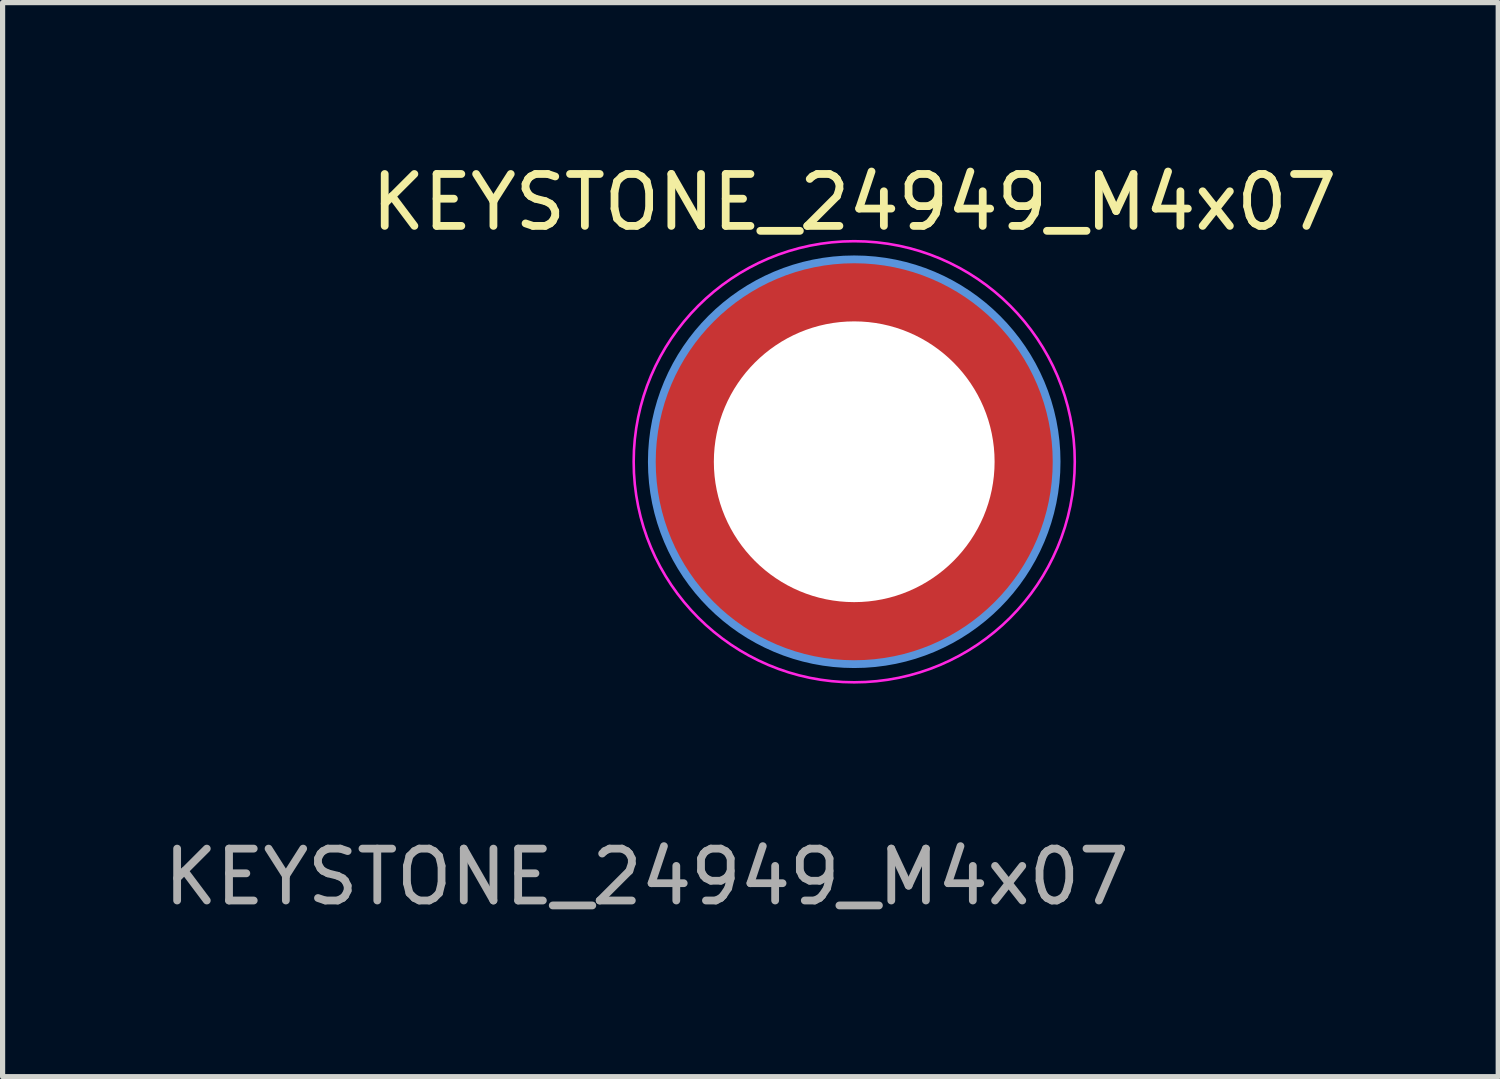
<source format=kicad_pcb>
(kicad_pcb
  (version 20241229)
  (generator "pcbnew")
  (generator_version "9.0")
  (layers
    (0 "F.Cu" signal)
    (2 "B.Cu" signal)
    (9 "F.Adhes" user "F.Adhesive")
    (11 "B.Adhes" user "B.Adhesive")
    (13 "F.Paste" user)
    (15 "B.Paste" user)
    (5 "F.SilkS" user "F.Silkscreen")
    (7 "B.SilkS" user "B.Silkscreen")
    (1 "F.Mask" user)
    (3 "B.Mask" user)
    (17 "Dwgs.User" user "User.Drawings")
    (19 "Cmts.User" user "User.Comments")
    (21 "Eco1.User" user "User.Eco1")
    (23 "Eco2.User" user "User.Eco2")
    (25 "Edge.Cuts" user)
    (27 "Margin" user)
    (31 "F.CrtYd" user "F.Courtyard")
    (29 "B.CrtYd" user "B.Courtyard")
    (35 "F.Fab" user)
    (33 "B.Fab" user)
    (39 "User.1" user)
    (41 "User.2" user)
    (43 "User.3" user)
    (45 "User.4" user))
  (footprint "KEYSTONE_24949_M4x07"
    (layer "F.Cu")
    (at 13.411 5.848)
    (property "Reference" "KEYSTONE_24949_M4x07" (at 0 -5 0) (layer "F.SilkS") (effects (font (size 1 1) (thickness 0.15))))
    (attr exclude_from_pos_files exclude_from_bom)
    (fp_circle (center 0 0) (end 3.9 0) (stroke (width 0.15) (type solid)) (fill no) (layer "Cmts.User"))
    (fp_circle (center 0 0) (end 4.25 0) (stroke (width 0.05) (type solid)) (fill no) (layer "F.CrtYd"))
    (fp_text user "${REFERENCE}" (at -4 8 0) (layer "F.Fab") (effects (font (size 1 1) (thickness 0.15))))
    (pad "" np_thru_hole circle (at 0 0) (size 7.8 7.8) (drill 5.41) (layers "F.Cu" "F.Mask")))
  (gr_rect
    (start -3 -3)
    (end 25.821 17.697)
    (stroke (width 0.1) (type default))
    (fill no)
    (layer "Edge.Cuts")))
</source>
